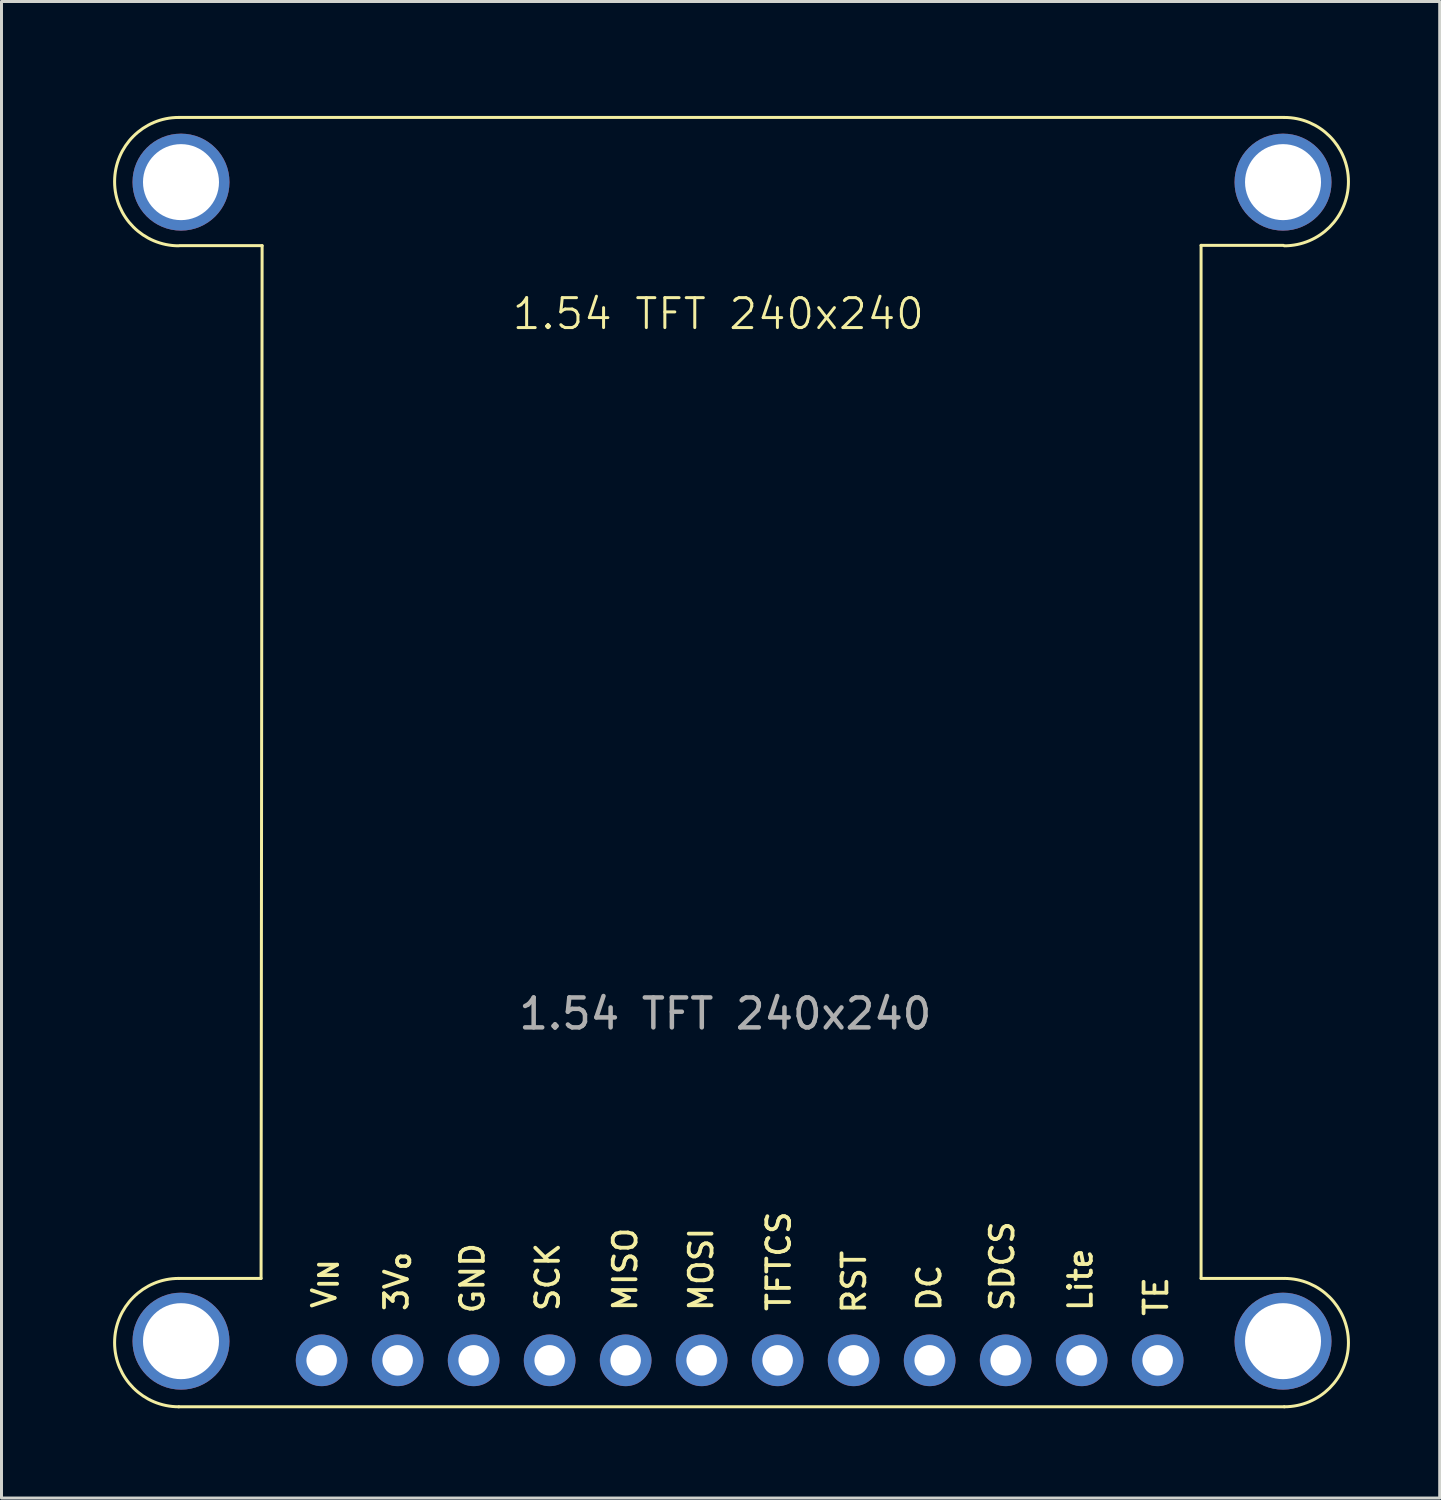
<source format=kicad_pcb>
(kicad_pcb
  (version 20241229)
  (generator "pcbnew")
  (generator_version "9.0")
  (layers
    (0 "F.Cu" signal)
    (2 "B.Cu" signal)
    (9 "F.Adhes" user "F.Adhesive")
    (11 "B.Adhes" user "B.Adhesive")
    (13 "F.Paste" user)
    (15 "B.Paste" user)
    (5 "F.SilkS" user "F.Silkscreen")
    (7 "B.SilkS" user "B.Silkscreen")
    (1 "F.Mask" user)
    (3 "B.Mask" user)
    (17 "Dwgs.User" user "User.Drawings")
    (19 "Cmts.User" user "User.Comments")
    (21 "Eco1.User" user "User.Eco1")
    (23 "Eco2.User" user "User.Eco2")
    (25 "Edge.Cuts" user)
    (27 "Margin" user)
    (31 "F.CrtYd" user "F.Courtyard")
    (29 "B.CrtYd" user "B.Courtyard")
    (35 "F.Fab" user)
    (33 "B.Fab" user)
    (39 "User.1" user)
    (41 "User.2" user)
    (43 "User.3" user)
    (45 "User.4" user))
  (footprint "1.54 TFT 240x240"
    (layer "F.Cu")
    (at 0.25 0.25)
    (property "Reference" "1.54 TFT 240x240" (at 20.705 7.19 0) (unlocked yes) (layer "F.SilkS") (effects (font (size 1 1) (thickness 0.1))))
    (attr through_hole)
    (fp_line (start 2.675 0.625) (end 39.62 0.625) (stroke (width 0.1) (type default)) (layer "F.SilkS"))
    (fp_line (start 2.675 39.425) (end 5.425 39.425) (stroke (width 0.1) (type default)) (layer "F.SilkS"))
    (fp_line (start 2.675 43.715) (end 39.62 43.715) (stroke (width 0.1) (type default)) (layer "F.SilkS"))
    (fp_line (start 2.71 4.91) (end 5.46 4.91) (stroke (width 0.1) (type default)) (layer "F.SilkS"))
    (fp_line (start 5.425 39.425) (end 5.46 4.91) (stroke (width 0.1) (type default)) (layer "F.SilkS"))
    (fp_line (start 36.84 4.9) (end 36.84 39.425) (stroke (width 0.1) (type default)) (layer "F.SilkS"))
    (fp_line (start 36.84 4.9) (end 39.59 4.9) (stroke (width 0.1) (type default)) (layer "F.SilkS"))
    (fp_line (start 36.84 39.425) (end 39.59 39.425) (stroke (width 0.1) (type default)) (layer "F.SilkS"))
    (fp_arc (start 2.675 4.915) (mid 0.53 2.77) (end 2.675 0.625) (stroke (width 0.1) (type default)) (layer "F.SilkS"))
    (fp_arc (start 2.675 43.715) (mid 0.53 41.57) (end 2.675 39.425) (stroke (width 0.1) (type default)) (layer "F.SilkS"))
    (fp_arc (start 39.62 0.625) (mid 41.765 2.77) (end 39.62 4.915) (stroke (width 0.1) (type default)) (layer "F.SilkS"))
    (fp_arc (start 39.62 39.425) (mid 41.765 41.57) (end 39.62 43.715) (stroke (width 0.1) (type default)) (layer "F.SilkS"))
    (fp_text user "MISO" (at 18.04 40.587 90) (unlocked yes) (layer "F.SilkS") (effects (font (size 0.762 0.762) (thickness 0.127) (bold yes)) (justify left bottom)))
    (fp_text user "TE" (at 35.78 40.747 90) (unlocked yes) (layer "F.SilkS") (effects (font (size 0.762 0.762) (thickness 0.127) (bold yes)) (justify left bottom)))
    (fp_text user "RST" (at 25.686 40.663 90) (unlocked yes) (layer "F.SilkS") (effects (font (size 0.762 0.762) (thickness 0.127) (bold yes)) (justify left bottom)))
    (fp_text user "Lite" (at 33.255 40.587 90) (unlocked yes) (layer "F.SilkS") (effects (font (size 0.762 0.762) (thickness 0.127) (bold yes)) (justify left bottom)))
    (fp_text user "SDCS" (at 30.639 40.587 90) (unlocked yes) (layer "F.SilkS") (effects (font (size 0.762 0.762) (thickness 0.127) (bold yes)) (justify left bottom)))
    (fp_text user "GND" (at 12.935 40.663 90) (unlocked yes) (layer "F.SilkS") (effects (font (size 0.762 0.762) (thickness 0.127) (bold yes)) (justify left bottom)))
    (fp_text user "TFTCS" (at 23.171 40.587 90) (unlocked yes) (layer "F.SilkS") (effects (font (size 0.762 0.762) (thickness 0.127) (bold yes)) (justify left bottom)))
    (fp_text user "MOSI" (at 20.58 40.587 90) (unlocked yes) (layer "F.SilkS") (effects (font (size 0.762 0.762) (thickness 0.127) (bold yes)) (justify left bottom)))
    (fp_text user "V_{IN}" (at 7.982 40.486 90) (unlocked yes) (layer "F.SilkS") (effects (font (size 0.762 0.762) (thickness 0.127) (bold yes)) (justify left bottom)))
    (fp_text user "DC" (at 28.2 40.587 90) (unlocked yes) (layer "F.SilkS") (effects (font (size 0.762 0.762) (thickness 0.127) (bold yes)) (justify left bottom)))
    (fp_text user "3V_{o}" (at 10.395 40.587 90) (unlocked yes) (layer "F.SilkS") (effects (font (size 0.762 0.762) (thickness 0.127) (bold yes)) (justify left bottom)))
    (fp_text user "SCK" (at 15.45 40.587 90) (unlocked yes) (layer "F.SilkS") (effects (font (size 0.762 0.762) (thickness 0.127) (bold yes)) (justify left bottom)))
    (fp_text user "${REFERENCE}" (at 20.94 30.58 0) (unlocked yes) (layer "F.Fab") (effects (font (size 1 1) (thickness 0.15))))
    (pad "" np_thru_hole circle (at 2.749 2.787 270) (size 3.24 3.24) (drill 2.54) (layers "*.Cu" "*.Mask"))
    (pad "" np_thru_hole circle (at 2.749 41.522 270) (size 3.24 3.24) (drill 2.54) (layers "*.Cu" "*.Mask"))
    (pad "" np_thru_hole circle (at 39.579 2.787 270) (size 3.24 3.24) (drill 2.54) (layers "*.Cu" "*.Mask"))
    (pad "" np_thru_hole circle (at 39.579 41.522 270) (size 3.24 3.24) (drill 2.54) (layers "*.Cu" "*.Mask"))
    (pad "1" thru_hole oval (at 7.449 42.162) (size 1.727 1.727) (drill 1.016) (layers "*.Cu" "*.Mask"))
    (pad "2" thru_hole oval (at 9.989 42.162) (size 1.727 1.727) (drill 1.016) (layers "*.Cu" "*.Mask"))
    (pad "3" thru_hole oval (at 12.529 42.162) (size 1.727 1.727) (drill 1.016) (layers "*.Cu" "*.Mask"))
    (pad "4" thru_hole oval (at 15.069 42.162) (size 1.727 1.727) (drill 1.016) (layers "*.Cu" "*.Mask"))
    (pad "5" thru_hole oval (at 17.609 42.162) (size 1.727 1.727) (drill 1.016) (layers "*.Cu" "*.Mask"))
    (pad "6" thru_hole oval (at 20.149 42.162) (size 1.727 1.727) (drill 1.016) (layers "*.Cu" "*.Mask"))
    (pad "7" thru_hole oval (at 22.689 42.162) (size 1.727 1.727) (drill 1.016) (layers "*.Cu" "*.Mask"))
    (pad "8" thru_hole oval (at 25.229 42.162) (size 1.727 1.727) (drill 1.016) (layers "*.Cu" "*.Mask"))
    (pad "9" thru_hole oval (at 27.769 42.162) (size 1.727 1.727) (drill 1.016) (layers "*.Cu" "*.Mask"))
    (pad "10" thru_hole oval (at 30.309 42.162) (size 1.727 1.727) (drill 1.016) (layers "*.Cu" "*.Mask"))
    (pad "11" thru_hole oval (at 32.849 42.162) (size 1.727 1.727) (drill 1.016) (layers "*.Cu" "*.Mask"))
    (pad "12" thru_hole oval (at 35.389 42.162) (size 1.727 1.727) (drill 1.016) (layers "*.Cu" "*.Mask")))
  (gr_rect
    (start -3 -3)
    (end 45.065 47.015)
    (stroke (width 0.1) (type default))
    (fill no)
    (layer "Edge.Cuts")))
</source>
